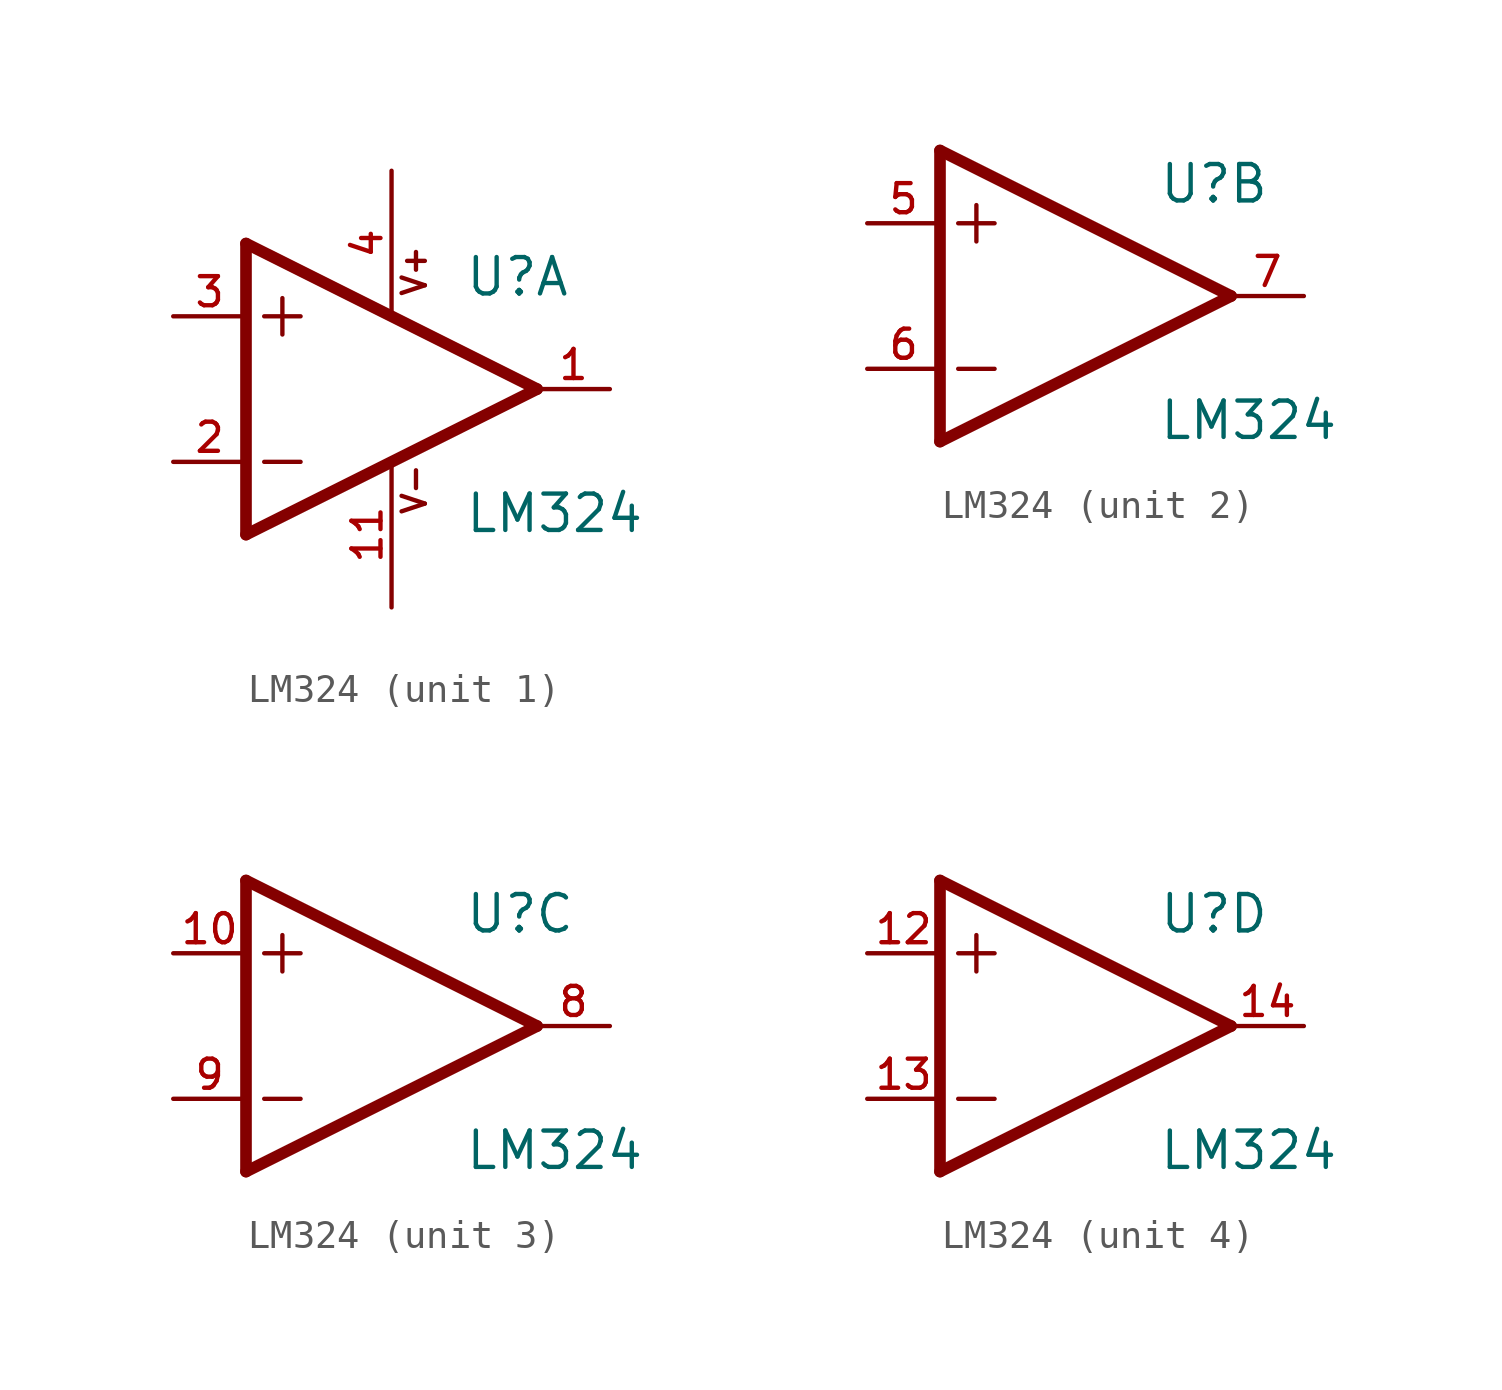
<source format=kicad_sym>
(kicad_symbol_lib
  (version 20211014)
  (generator kicad_symbol_editor)
  (symbol "LM324"
    (pin_names
      (offset 1.016))
    (property "Reference" "U"
      (at 2.54 3.175 0)
      (effects (font (size 1.27 1.27)) (justify bottom left)))
    (property "Value" "LM324"
      (at 2.54 -5.08 0)
      (effects (font (size 1.27 1.27)) (justify bottom left)))
    (symbol "LM324_1_0"
      (polyline (pts (xy -5.08 5.08) (xy -5.08 -5.08)) (stroke (width 0.406)))
      (polyline (pts (xy -5.08 -5.08) (xy 5.08 0.0)) (stroke (width 0.406)))
      (polyline (pts (xy 5.08 0.0) (xy -5.08 5.08)) (stroke (width 0.406)))
      (polyline (pts (xy -3.81 3.175) (xy -3.81 1.905)) (stroke (width 0.152)))
      (polyline (pts (xy -4.445 2.54) (xy -3.175 2.54)) (stroke (width 0.152)))
      (polyline (pts (xy -4.445 -2.54) (xy -3.175 -2.54)) (stroke (width 0.152)))
      (text "V+" (at 1.27 3.175 900) (effects (font (size 0.813 0.813)) (justify bottom left)))
      (text "V-" (at 1.27 -4.445 900) (effects (font (size 0.813 0.813)) (justify bottom left)))
      (pin input line (at -7.62 -2.54 0) (length 2.54) (name "~" (effects (font (size 1.016 1.016)))) (number "2" (effects (font (size 1.016 1.016)))))
      (pin input line (at -7.62 2.54 0) (length 2.54) (name "~" (effects (font (size 1.016 1.016)))) (number "3" (effects (font (size 1.016 1.016)))))
      (pin output line (at 7.62 0.0 180.0) (length 2.54) (name "~" (effects (font (size 1.016 1.016)))) (number "1" (effects (font (size 1.016 1.016)))))
      (pin power_in line (at 0.0 7.62 270.0) (length 5.08) (name "~" (effects (font (size 1.016 1.016)))) (number "4" (effects (font (size 1.016 1.016)))))
      (pin power_in line (at 0.0 -7.62 90.0) (length 5.08) (name "~" (effects (font (size 1.016 1.016)))) (number "11" (effects (font (size 1.016 1.016))))))
    (symbol "LM324_2_0"
      (polyline (pts (xy -5.08 5.08) (xy -5.08 -5.08)) (stroke (width 0.406)))
      (polyline (pts (xy -5.08 -5.08) (xy 5.08 0.0)) (stroke (width 0.406)))
      (polyline (pts (xy 5.08 0.0) (xy -5.08 5.08)) (stroke (width 0.406)))
      (polyline (pts (xy -3.81 3.175) (xy -3.81 1.905)) (stroke (width 0.152)))
      (polyline (pts (xy -4.445 2.54) (xy -3.175 2.54)) (stroke (width 0.152)))
      (polyline (pts (xy -4.445 -2.54) (xy -3.175 -2.54)) (stroke (width 0.152)))
      (pin input line (at -7.62 -2.54 0) (length 2.54) (name "~" (effects (font (size 1.016 1.016)))) (number "6" (effects (font (size 1.016 1.016)))))
      (pin input line (at -7.62 2.54 0) (length 2.54) (name "~" (effects (font (size 1.016 1.016)))) (number "5" (effects (font (size 1.016 1.016)))))
      (pin output line (at 7.62 0.0 180.0) (length 2.54) (name "~" (effects (font (size 1.016 1.016)))) (number "7" (effects (font (size 1.016 1.016))))))
    (symbol "LM324_3_0"
      (polyline (pts (xy -5.08 5.08) (xy -5.08 -5.08)) (stroke (width 0.406)))
      (polyline (pts (xy -5.08 -5.08) (xy 5.08 0.0)) (stroke (width 0.406)))
      (polyline (pts (xy 5.08 0.0) (xy -5.08 5.08)) (stroke (width 0.406)))
      (polyline (pts (xy -3.81 3.175) (xy -3.81 1.905)) (stroke (width 0.152)))
      (polyline (pts (xy -4.445 2.54) (xy -3.175 2.54)) (stroke (width 0.152)))
      (polyline (pts (xy -4.445 -2.54) (xy -3.175 -2.54)) (stroke (width 0.152)))
      (pin input line (at -7.62 -2.54 0) (length 2.54) (name "~" (effects (font (size 1.016 1.016)))) (number "9" (effects (font (size 1.016 1.016)))))
      (pin input line (at -7.62 2.54 0) (length 2.54) (name "~" (effects (font (size 1.016 1.016)))) (number "10" (effects (font (size 1.016 1.016)))))
      (pin output line (at 7.62 0.0 180.0) (length 2.54) (name "~" (effects (font (size 1.016 1.016)))) (number "8" (effects (font (size 1.016 1.016))))))
    (symbol "LM324_4_0"
      (polyline (pts (xy -5.08 5.08) (xy -5.08 -5.08)) (stroke (width 0.406)))
      (polyline (pts (xy -5.08 -5.08) (xy 5.08 0.0)) (stroke (width 0.406)))
      (polyline (pts (xy 5.08 0.0) (xy -5.08 5.08)) (stroke (width 0.406)))
      (polyline (pts (xy -3.81 3.175) (xy -3.81 1.905)) (stroke (width 0.152)))
      (polyline (pts (xy -4.445 2.54) (xy -3.175 2.54)) (stroke (width 0.152)))
      (polyline (pts (xy -4.445 -2.54) (xy -3.175 -2.54)) (stroke (width 0.152)))
      (pin input line (at -7.62 -2.54 0) (length 2.54) (name "~" (effects (font (size 1.016 1.016)))) (number "13" (effects (font (size 1.016 1.016)))))
      (pin input line (at -7.62 2.54 0) (length 2.54) (name "~" (effects (font (size 1.016 1.016)))) (number "12" (effects (font (size 1.016 1.016)))))
      (pin output line (at 7.62 0.0 180.0) (length 2.54) (name "~" (effects (font (size 1.016 1.016)))) (number "14" (effects (font (size 1.016 1.016))))))))
</source>
